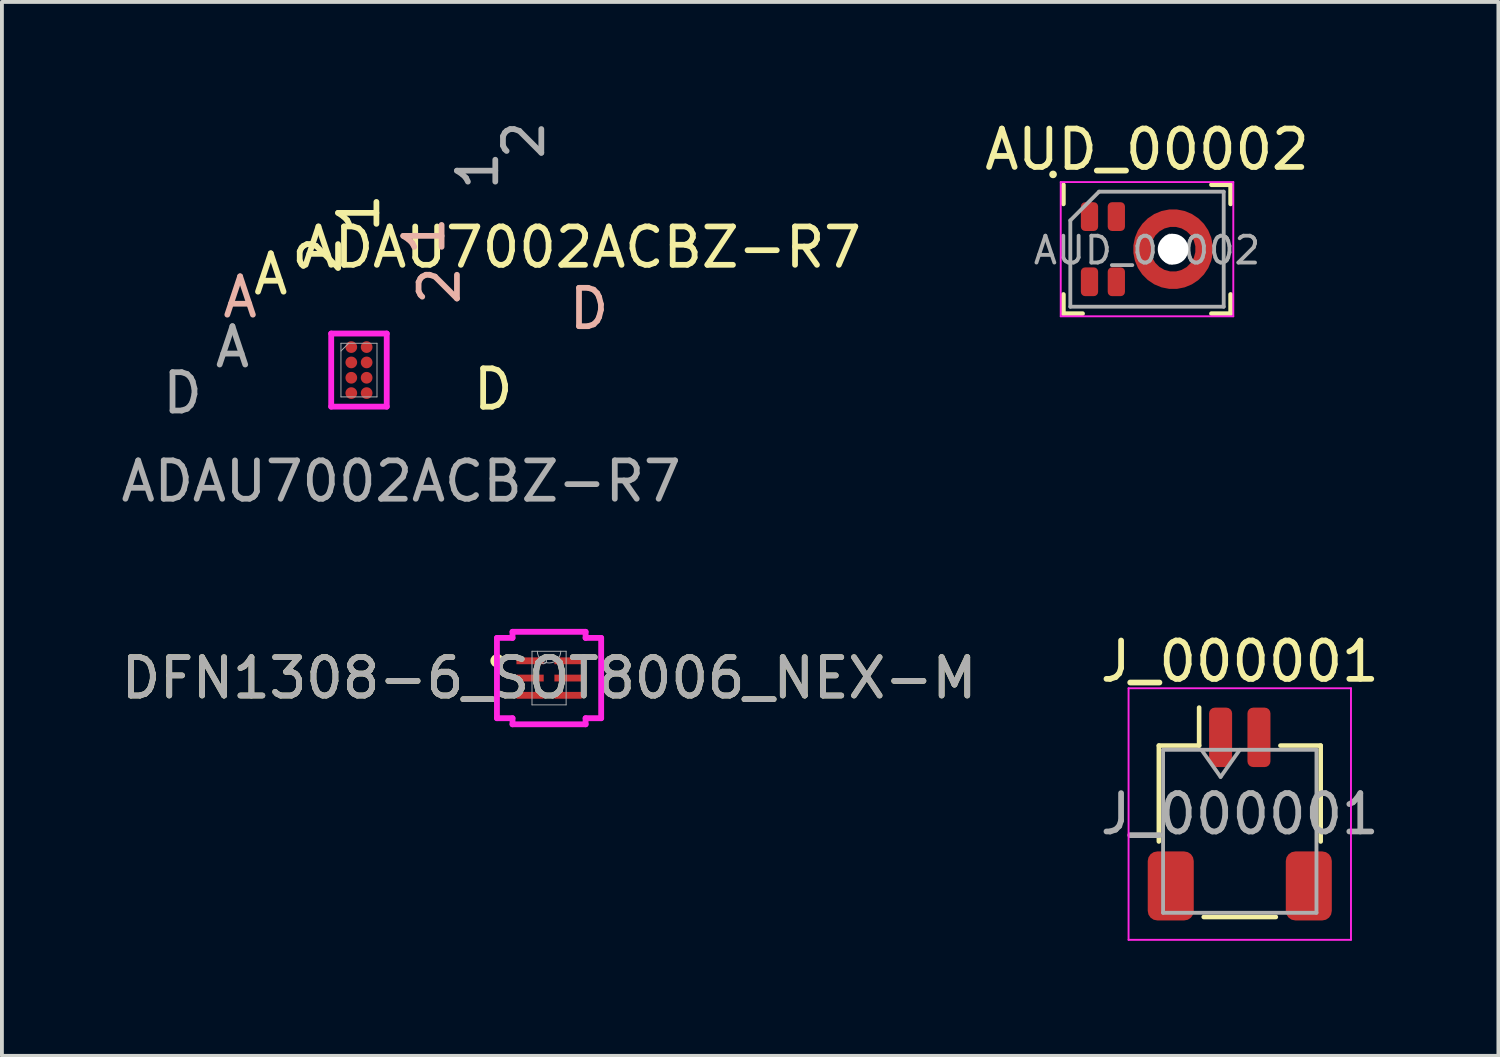
<source format=kicad_pcb>
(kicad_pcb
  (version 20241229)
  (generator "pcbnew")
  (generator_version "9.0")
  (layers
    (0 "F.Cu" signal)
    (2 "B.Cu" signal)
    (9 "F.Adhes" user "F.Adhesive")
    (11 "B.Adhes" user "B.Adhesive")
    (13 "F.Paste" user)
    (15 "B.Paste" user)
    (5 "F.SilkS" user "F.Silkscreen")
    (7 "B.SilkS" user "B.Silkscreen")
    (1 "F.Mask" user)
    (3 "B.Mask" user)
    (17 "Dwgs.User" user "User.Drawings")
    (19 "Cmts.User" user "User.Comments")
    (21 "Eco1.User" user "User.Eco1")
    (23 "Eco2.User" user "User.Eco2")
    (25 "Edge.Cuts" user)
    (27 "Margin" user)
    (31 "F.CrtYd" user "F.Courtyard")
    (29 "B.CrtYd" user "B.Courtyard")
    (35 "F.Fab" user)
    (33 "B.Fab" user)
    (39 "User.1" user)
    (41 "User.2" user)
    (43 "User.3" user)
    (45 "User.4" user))
  (footprint "DFN1308-6_SOT8006_NEX-M"
    (layer "F.Cu")
    (at 11.268 14.632)
    (property "Reference" "DFN1308-6_SOT8006_NEX-M" (at 0 0 0) (unlocked yes) (layer "F.SilkS") (effects (font (size 1 1) (thickness 0.15))))
    (attr smd)
    (fp_circle (center -1.352 -0.45) (end -1.25 -0.45) (stroke (width 0.152) (type solid)) (fill no) (layer "F.SilkS"))
    (fp_line (start -1.359 -1.047) (end -0.953 -1.047) (stroke (width 0.152) (type solid)) (layer "F.CrtYd"))
    (fp_line (start -1.359 1.047) (end -1.359 -1.047) (stroke (width 0.152) (type solid)) (layer "F.CrtYd"))
    (fp_line (start -1.359 1.047) (end -0.953 1.047) (stroke (width 0.152) (type solid)) (layer "F.CrtYd"))
    (fp_line (start -0.953 -1.206) (end 0.953 -1.206) (stroke (width 0.152) (type solid)) (layer "F.CrtYd"))
    (fp_line (start -0.953 -1.047) (end -0.953 -1.206) (stroke (width 0.152) (type solid)) (layer "F.CrtYd"))
    (fp_line (start -0.953 1.206) (end -0.953 1.047) (stroke (width 0.152) (type solid)) (layer "F.CrtYd"))
    (fp_line (start 0.953 -1.206) (end 0.953 -1.047) (stroke (width 0.152) (type solid)) (layer "F.CrtYd"))
    (fp_line (start 0.953 1.047) (end 0.953 1.206) (stroke (width 0.152) (type solid)) (layer "F.CrtYd"))
    (fp_line (start 0.953 1.206) (end -0.953 1.206) (stroke (width 0.152) (type solid)) (layer "F.CrtYd"))
    (fp_line (start 1.359 -1.047) (end 0.953 -1.047) (stroke (width 0.152) (type solid)) (layer "F.CrtYd"))
    (fp_line (start 1.359 -1.047) (end 1.359 1.047) (stroke (width 0.152) (type solid)) (layer "F.CrtYd"))
    (fp_line (start 1.359 1.047) (end 0.953 1.047) (stroke (width 0.152) (type solid)) (layer "F.CrtYd"))
    (fp_line (start -0.445 -0.699) (end -0.445 0.699) (stroke (width 0.025) (type solid)) (layer "F.Fab"))
    (fp_line (start -0.445 0.699) (end 0.445 0.699) (stroke (width 0.025) (type solid)) (layer "F.Fab"))
    (fp_line (start 0.445 -0.699) (end -0.445 -0.699) (stroke (width 0.025) (type solid)) (layer "F.Fab"))
    (fp_line (start 0.445 0.699) (end 0.445 -0.699) (stroke (width 0.025) (type solid)) (layer "F.Fab"))
    (fp_arc (start 0.3048 -0.6985) (mid 0 -0.3937) (end -0.3048 -0.6985) (stroke (width 0.0254) (type solid)) (layer "F.Fab"))
    (fp_circle (center -0.14 -0.45) (end -0.064 -0.45) (stroke (width 0.025) (type solid)) (fill no) (layer "F.Fab"))
    (fp_text user "${REFERENCE}" (at 0 0 0) (unlocked yes) (layer "F.Fab") (effects (font (size 1 1) (thickness 0.15))))
    (pad "1" smd rect (at -0.495 -0.45) (size 0.711 0.178) (layers "F.Cu" "F.Mask" "F.Paste"))
    (pad "2" smd rect (at -0.495 0) (size 0.711 0.178) (layers "F.Cu" "F.Mask" "F.Paste"))
    (pad "3" smd rect (at -0.495 0.45) (size 0.711 0.178) (layers "F.Cu" "F.Mask" "F.Paste"))
    (pad "4" smd rect (at 0.495 0.45) (size 0.711 0.178) (layers "F.Cu" "F.Mask" "F.Paste"))
    (pad "5" smd rect (at 0.495 0) (size 0.711 0.178) (layers "F.Cu" "F.Mask" "F.Paste"))
    (pad "6" smd rect (at 0.495 -0.45) (size 0.711 0.178) (layers "F.Cu" "F.Mask" "F.Paste")))
  (footprint "ADAU7002ACBZ-R7"
    (layer "F.Cu")
    (at 6.311 6.601)
    (property "Reference" "ADAU7002ACBZ-R7" (at 5.8 -3.2 0) (unlocked yes) (layer "F.SilkS") (effects (font (size 1 1) (thickness 0.15))))
    (attr smd)
    (fp_line (start -0.724 -0.953) (end 0.724 -0.953) (stroke (width 0.152) (type solid)) (layer "F.CrtYd"))
    (fp_line (start -0.724 0.953) (end -0.724 -0.953) (stroke (width 0.152) (type solid)) (layer "F.CrtYd"))
    (fp_line (start 0.724 -0.953) (end 0.724 0.953) (stroke (width 0.152) (type solid)) (layer "F.CrtYd"))
    (fp_line (start 0.724 0.953) (end -0.724 0.953) (stroke (width 0.152) (type solid)) (layer "F.CrtYd"))
    (fp_line (start -0.47 -0.699) (end -0.47 0.699) (stroke (width 0.025) (type solid)) (layer "F.Fab"))
    (fp_line (start -0.47 0.699) (end 0.47 0.699) (stroke (width 0.025) (type solid)) (layer "F.Fab"))
    (fp_line (start -0.27 -0.699) (end -0.47 -0.498) (stroke (width 0.025) (type solid)) (layer "F.Fab"))
    (fp_line (start 0.47 -0.699) (end -0.47 -0.699) (stroke (width 0.025) (type solid)) (layer "F.Fab"))
    (fp_line (start 0.47 0.699) (end 0.47 -0.699) (stroke (width 0.025) (type solid)) (layer "F.Fab"))
    (fp_text user "2" (at -1 -3 90) (unlocked yes) (layer "F.SilkS") (effects (font (size 1 1) (thickness 0.15))))
    (fp_text user "A" (at -2.3 -2.5 0) (unlocked yes) (layer "F.SilkS") (effects (font (size 1 1) (thickness 0.15))))
    (fp_text user "D" (at 3.5 0.5 0) (unlocked yes) (layer "F.SilkS") (effects (font (size 1 1) (thickness 0.15))))
    (fp_text user "1" (at 0 -4.1 90) (unlocked yes) (layer "F.SilkS") (effects (font (size 1 1) (thickness 0.15))))
    (fp_text user "A" (at -3.1 -1.9 0) (unlocked yes) (layer "B.SilkS") (effects (font (size 1 1) (thickness 0.15))))
    (fp_text user "2" (at 2.1 -2.2 90) (unlocked yes) (layer "B.SilkS") (effects (font (size 1 1) (thickness 0.15))))
    (fp_text user "1" (at 1.7 -3.5 90) (unlocked yes) (layer "B.SilkS") (effects (font (size 1 1) (thickness 0.15))))
    (fp_text user "D" (at 6 -1.6 0) (unlocked yes) (layer "B.SilkS") (effects (font (size 1 1) (thickness 0.15))))
    (fp_text user "${REFERENCE}" (at 1.1 2.9 0) (unlocked yes) (layer "F.Fab") (effects (font (size 1 1) (thickness 0.15))))
    (fp_text user "A" (at -3.3 -0.6 0) (unlocked yes) (layer "F.Fab") (effects (font (size 1 1) (thickness 0.15))))
    (fp_text user "2" (at 4.3 -6 90) (unlocked yes) (layer "F.Fab") (effects (font (size 1 1) (thickness 0.15))))
    (fp_text user "1" (at 3.1 -5.2 90) (unlocked yes) (layer "F.Fab") (effects (font (size 1 1) (thickness 0.15))))
    (fp_text user "D" (at -4.6 0.6 0) (unlocked yes) (layer "F.Fab") (effects (font (size 1 1) (thickness 0.15))))
    (pad "A1" smd circle (at -0.2 -0.6) (size 0.305 0.305) (layers "F.Cu" "F.Mask" "F.Paste"))
    (pad "A2" smd circle (at 0.2 -0.6) (size 0.305 0.305) (layers "F.Cu" "F.Mask" "F.Paste"))
    (pad "B1" smd circle (at -0.2 -0.2) (size 0.305 0.305) (layers "F.Cu" "F.Mask" "F.Paste"))
    (pad "B2" smd circle (at 0.2 -0.2) (size 0.305 0.305) (layers "F.Cu" "F.Mask" "F.Paste"))
    (pad "C1" smd circle (at -0.2 0.2) (size 0.305 0.305) (layers "F.Cu" "F.Mask" "F.Paste"))
    (pad "C2" smd circle (at 0.2 0.2) (size 0.305 0.305) (layers "F.Cu" "F.Mask" "F.Paste"))
    (pad "D1" smd circle (at -0.2 0.6) (size 0.305 0.305) (layers "F.Cu" "F.Mask" "F.Paste"))
    (pad "D2" smd circle (at 0.2 0.6) (size 0.305 0.305) (layers "F.Cu" "F.Mask" "F.Paste")))
  (footprint "AUD_00002"
    (layer "F.Cu")
    (at 26.861 3.448)
    (property "Reference" "AUD_00002" (at 0 -2.6 0) (layer "F.SilkS") (effects (font (size 1 1) (thickness 0.15))))
    (attr smd)
    (fp_line (start -2.18 -1.18) (end -2.18 -1.68) (stroke (width 0.12) (type solid)) (layer "F.SilkS"))
    (fp_line (start -2.18 1.68) (end -2.18 1.18) (stroke (width 0.12) (type solid)) (layer "F.SilkS"))
    (fp_line (start -2.18 1.68) (end -1.68 1.68) (stroke (width 0.12) (type solid)) (layer "F.SilkS"))
    (fp_line (start 1.68 -1.68) (end 2.18 -1.68) (stroke (width 0.12) (type solid)) (layer "F.SilkS"))
    (fp_line (start 1.68 1.68) (end 2.18 1.68) (stroke (width 0.12) (type solid)) (layer "F.SilkS"))
    (fp_line (start 2.18 -1.68) (end 2.18 -1.18) (stroke (width 0.12) (type solid)) (layer "F.SilkS"))
    (fp_line (start 2.18 1.18) (end 2.18 1.68) (stroke (width 0.12) (type solid)) (layer "F.SilkS"))
    (fp_circle (center -2.45 -1.95) (end -2.4 -1.95) (stroke (width 0.1) (type default)) (fill no) (layer "F.SilkS"))
    (fp_line (start -1.5 -0.75) (end -1.5 -0.95) (stroke (width 0.4) (type default)) (layer "F.Paste"))
    (fp_line (start -1.5 0.95) (end -1.5 0.75) (stroke (width 0.4) (type default)) (layer "F.Paste"))
    (fp_line (start -0.8 -0.75) (end -0.8 -0.95) (stroke (width 0.4) (type default)) (layer "F.Paste"))
    (fp_line (start -0.8 0.95) (end -0.8 0.75) (stroke (width 0.4) (type default)) (layer "F.Paste"))
    (fp_arc (start -0.103446 0.161902) (mid -0.12 0) (end -0.103446 -0.161902) (stroke (width 0.4) (type solid)) (layer "F.Paste"))
    (fp_arc (start 0.148065 -0.597533) (mid 0.28 -0.692821) (end 0.428489 -0.759435) (stroke (width 0.4) (type solid)) (layer "F.Paste"))
    (fp_arc (start 0.428489 0.759435) (mid 0.28 0.69282) (end 0.148065 0.597533) (stroke (width 0.4) (type solid)) (layer "F.Paste"))
    (fp_arc (start 0.931511 -0.759435) (mid 1.08 -0.69282) (end 1.211935 -0.597533) (stroke (width 0.4) (type solid)) (layer "F.Paste"))
    (fp_arc (start 1.211935 0.597533) (mid 1.08 0.69282) (end 0.931511 0.759435) (stroke (width 0.4) (type solid)) (layer "F.Paste"))
    (fp_arc (start 1.463446 -0.161902) (mid 1.48 0) (end 1.463446 0.161902) (stroke (width 0.4) (type solid)) (layer "F.Paste"))
    (fp_line (start -2.25 -1.75) (end 2.25 -1.75) (stroke (width 0.05) (type solid)) (layer "F.CrtYd"))
    (fp_line (start -2.25 1.75) (end -2.25 -1.75) (stroke (width 0.05) (type solid)) (layer "F.CrtYd"))
    (fp_line (start 2.25 -1.75) (end 2.25 1.75) (stroke (width 0.05) (type solid)) (layer "F.CrtYd"))
    (fp_line (start 2.25 1.75) (end -2.25 1.75) (stroke (width 0.05) (type solid)) (layer "F.CrtYd"))
    (fp_line (start -2 -0.75) (end -1.25 -1.5) (stroke (width 0.1) (type solid)) (layer "F.Fab"))
    (fp_line (start -2 1.5) (end -2 -0.75) (stroke (width 0.1) (type solid)) (layer "F.Fab"))
    (fp_line (start -2 1.5) (end 2 1.5) (stroke (width 0.1) (type solid)) (layer "F.Fab"))
    (fp_line (start 2 -1.5) (end -1.25 -1.5) (stroke (width 0.1) (type solid)) (layer "F.Fab"))
    (fp_line (start 2 1.5) (end 2 -1.5) (stroke (width 0.1) (type solid)) (layer "F.Fab"))
    (fp_text user "${REFERENCE}" (at 0 0.03 0) (layer "F.Fab") (effects (font (size 0.7 0.7) (thickness 0.1))))
    (pad "" np_thru_hole circle (at 0.68 0 90) (size 0.8 0.8) (drill 0.8) (layers "*.Cu" "*.Mask"))
    (pad "1" smd roundrect (at -1.5 -0.85 270) (size 0.75 0.45) (layers "F.Cu" "F.Mask") (roundrect_rratio 0.25))
    (pad "2" smd roundrect (at -0.8 -0.85 270) (size 0.75 0.45) (layers "F.Cu" "F.Mask") (roundrect_rratio 0.25))
    (pad "3" smd roundrect (at -1.5 0.85 270) (size 0.75 0.45) (layers "F.Cu" "F.Mask") (roundrect_rratio 0.25))
    (pad "4" smd roundrect (at -0.8 0.85 270) (size 0.75 0.45) (layers "F.Cu" "F.Mask") (roundrect_rratio 0.25))
    (pad "5" smd custom (at -0.13 0 270) (size 0.46 0.46) (layers "F.Cu" "F.Mask") (options (anchor circle)) (primitives (gr_circle (center 0 -0.81) (end 0.81 -0.81) (width 0.46) (fill no)))))
  (footprint "J_000001"
    (layer "F.Cu")
    (at 29.28 18.178)
    (property "Reference" "J_000001" (at 0 -3.98 0) (layer "F.SilkS") (effects (font (size 1 1) (thickness 0.15))))
    (attr smd)
    (fp_line (start -2.11 -1.785) (end -1.06 -1.785) (stroke (width 0.12) (type solid)) (layer "F.SilkS"))
    (fp_line (start -2.11 0.715) (end -2.11 -1.785) (stroke (width 0.12) (type solid)) (layer "F.SilkS"))
    (fp_line (start -1.06 -1.785) (end -1.06 -2.775) (stroke (width 0.12) (type solid)) (layer "F.SilkS"))
    (fp_line (start -0.94 2.685) (end 0.94 2.685) (stroke (width 0.12) (type solid)) (layer "F.SilkS"))
    (fp_line (start 2.11 -1.785) (end 1.06 -1.785) (stroke (width 0.12) (type solid)) (layer "F.SilkS"))
    (fp_line (start 2.11 0.715) (end 2.11 -1.785) (stroke (width 0.12) (type solid)) (layer "F.SilkS"))
    (fp_line (start -2.9 -3.28) (end -2.9 3.28) (stroke (width 0.05) (type solid)) (layer "F.CrtYd"))
    (fp_line (start -2.9 3.28) (end 2.9 3.28) (stroke (width 0.05) (type solid)) (layer "F.CrtYd"))
    (fp_line (start 2.9 -3.28) (end -2.9 -3.28) (stroke (width 0.05) (type solid)) (layer "F.CrtYd"))
    (fp_line (start 2.9 3.28) (end 2.9 -3.28) (stroke (width 0.05) (type solid)) (layer "F.CrtYd"))
    (fp_line (start -2 -1.675) (end -2 2.575) (stroke (width 0.1) (type solid)) (layer "F.Fab"))
    (fp_line (start -2 -1.675) (end 2 -1.675) (stroke (width 0.1) (type solid)) (layer "F.Fab"))
    (fp_line (start -2 2.575) (end 2 2.575) (stroke (width 0.1) (type solid)) (layer "F.Fab"))
    (fp_line (start -1 -1.675) (end -0.5 -0.968) (stroke (width 0.1) (type solid)) (layer "F.Fab"))
    (fp_line (start -0.5 -0.968) (end 0 -1.675) (stroke (width 0.1) (type solid)) (layer "F.Fab"))
    (fp_line (start 2 -1.675) (end 2 2.575) (stroke (width 0.1) (type solid)) (layer "F.Fab"))
    (fp_text user "${REFERENCE}" (at 0 0 0) (layer "F.Fab") (effects (font (size 1 1) (thickness 0.15))))
    (pad "1" smd roundrect (at -0.5 -2) (size 0.6 1.55) (layers "F.Cu" "F.Mask" "F.Paste") (roundrect_rratio 0.25))
    (pad "2" smd roundrect (at 0.5 -2) (size 0.6 1.55) (layers "F.Cu" "F.Mask" "F.Paste") (roundrect_rratio 0.25))
    (pad "MP" smd roundrect (at -1.8 1.875) (size 1.2 1.8) (layers "F.Cu" "F.Mask" "F.Paste") (roundrect_rratio 0.208))
    (pad "MP" smd roundrect (at 1.8 1.875) (size 1.2 1.8) (layers "F.Cu" "F.Mask" "F.Paste") (roundrect_rratio 0.208)))
  (gr_rect
    (start -3 -3)
    (end 36.024 24.483)
    (stroke (width 0.1) (type default))
    (fill no)
    (layer "Edge.Cuts")))
</source>
